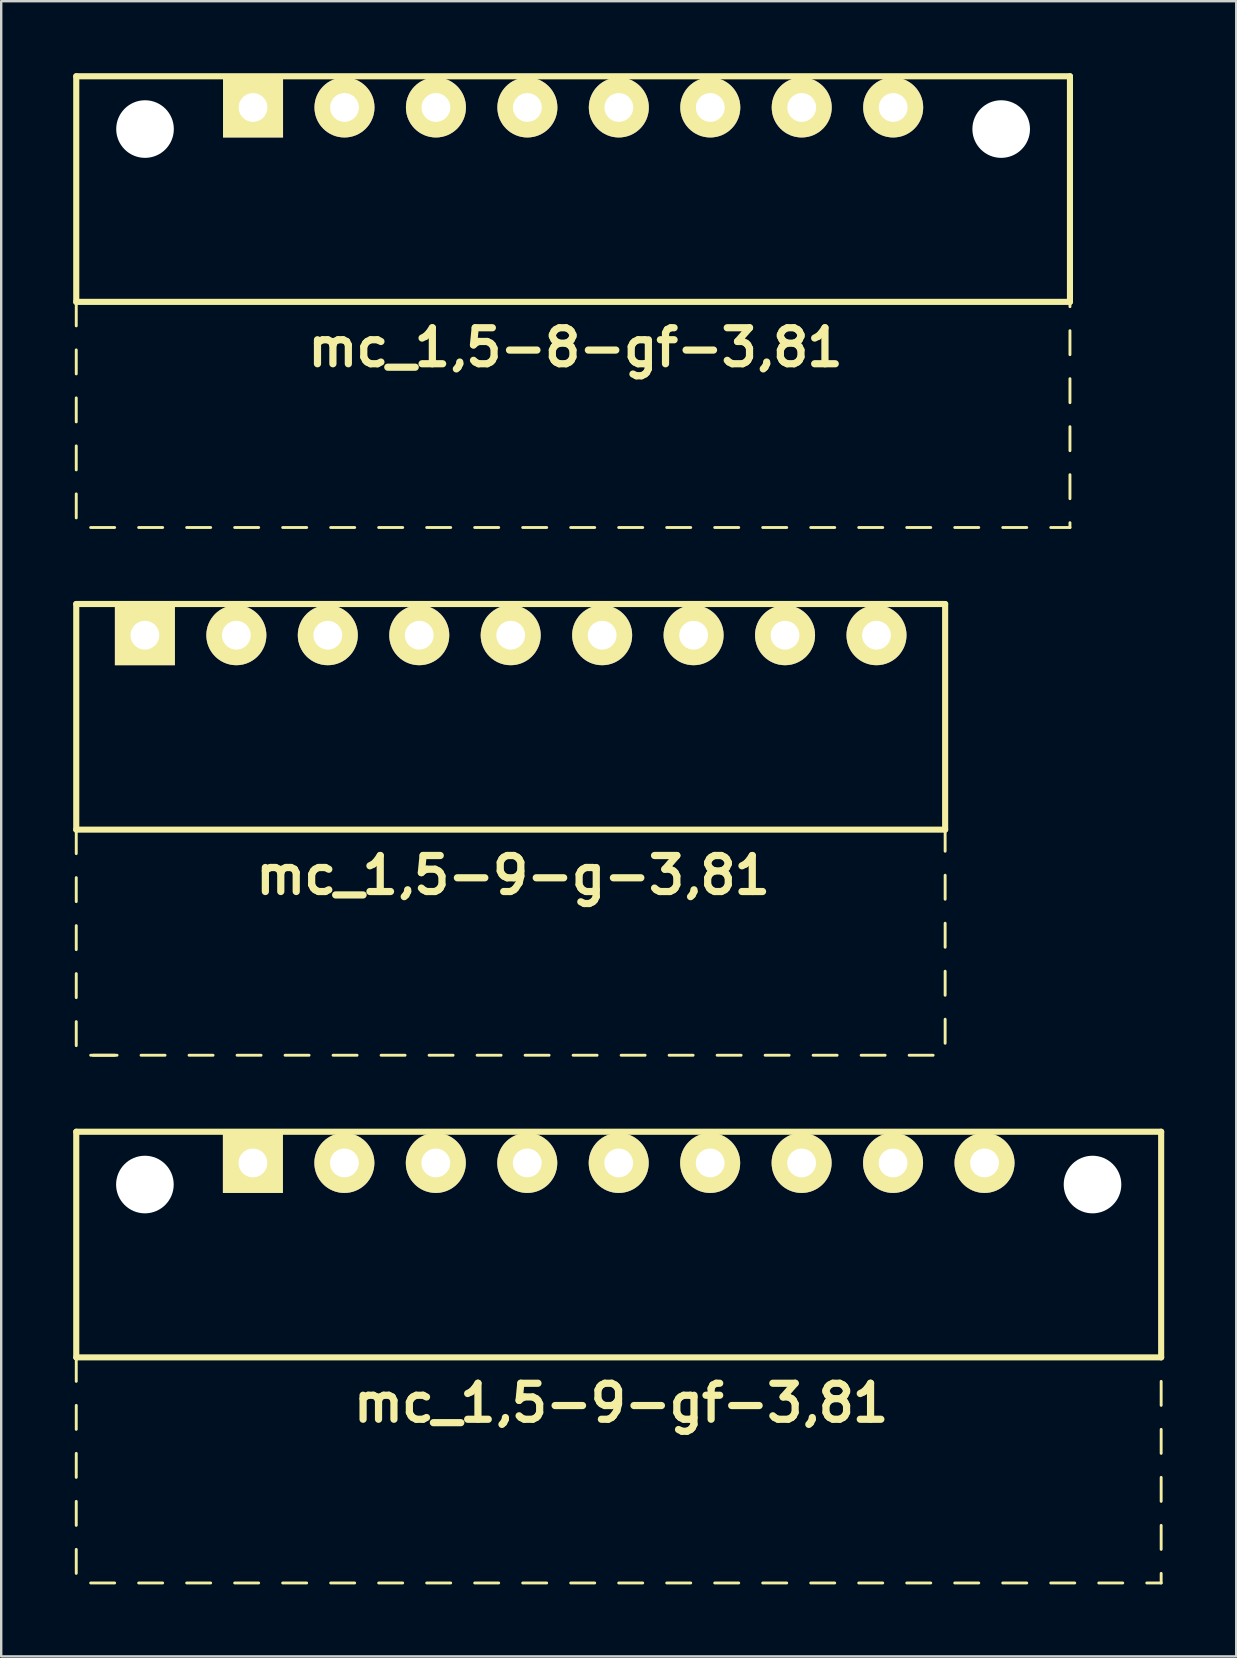
<source format=kicad_pcb>
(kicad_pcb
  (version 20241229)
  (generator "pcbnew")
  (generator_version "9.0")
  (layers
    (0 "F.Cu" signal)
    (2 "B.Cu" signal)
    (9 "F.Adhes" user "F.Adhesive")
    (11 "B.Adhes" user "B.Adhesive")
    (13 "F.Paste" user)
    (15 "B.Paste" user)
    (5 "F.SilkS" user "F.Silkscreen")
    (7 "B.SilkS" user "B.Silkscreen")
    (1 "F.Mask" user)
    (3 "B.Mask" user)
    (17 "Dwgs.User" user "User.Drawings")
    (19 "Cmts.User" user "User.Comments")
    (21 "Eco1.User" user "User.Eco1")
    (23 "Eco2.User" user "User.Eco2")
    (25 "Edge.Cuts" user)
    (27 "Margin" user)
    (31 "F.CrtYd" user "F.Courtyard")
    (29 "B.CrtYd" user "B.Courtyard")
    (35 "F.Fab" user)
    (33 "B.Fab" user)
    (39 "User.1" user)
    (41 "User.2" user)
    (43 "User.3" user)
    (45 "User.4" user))
  (footprint "mc_1,5-9-g-3,81"
    (layer "F.Cu")
    (at 18.227 23.414)
    (property "Reference" "mc_1,5-9-g-3,81" (at 0.1 10 0) (layer "F.SilkS") (effects (font (size 1.5 1.5) (thickness 0.3))))
    (attr through_hole)
    (fp_line (start -18.1 -1.3) (end -18.1 8.1) (stroke (width 0.254) (type solid)) (layer "F.SilkS"))
    (fp_line (start -18.1 -1.3) (end 18.1 -1.3) (stroke (width 0.254) (type solid)) (layer "F.SilkS"))
    (fp_line (start -18.1 8.1) (end -18.1 9.1) (stroke (width 0.12) (type solid)) (layer "F.SilkS"))
    (fp_line (start -18.1 8.1) (end 18.1 8.1) (stroke (width 0.254) (type solid)) (layer "F.SilkS"))
    (fp_line (start -18.1 10.1) (end -18.1 11.1) (stroke (width 0.12) (type solid)) (layer "F.SilkS"))
    (fp_line (start -18.1 12.1) (end -18.1 13.1) (stroke (width 0.12) (type solid)) (layer "F.SilkS"))
    (fp_line (start -18.1 14.1) (end -18.1 15.1) (stroke (width 0.12) (type solid)) (layer "F.SilkS"))
    (fp_line (start -18.1 16.1) (end -18.1 17.1) (stroke (width 0.12) (type solid)) (layer "F.SilkS"))
    (fp_line (start -17.5 17.5) (end -16.5 17.5) (stroke (width 0.12) (type solid)) (layer "F.SilkS"))
    (fp_line (start -17.4 17.5) (end -16.4 17.5) (stroke (width 0.12) (type solid)) (layer "F.SilkS"))
    (fp_line (start -15.4 17.5) (end -14.4 17.5) (stroke (width 0.12) (type solid)) (layer "F.SilkS"))
    (fp_line (start -13.4 17.5) (end -12.4 17.5) (stroke (width 0.12) (type solid)) (layer "F.SilkS"))
    (fp_line (start -11.4 17.5) (end -10.4 17.5) (stroke (width 0.12) (type solid)) (layer "F.SilkS"))
    (fp_line (start -9.4 17.5) (end -8.4 17.5) (stroke (width 0.12) (type solid)) (layer "F.SilkS"))
    (fp_line (start -7.4 17.5) (end -6.4 17.5) (stroke (width 0.12) (type solid)) (layer "F.SilkS"))
    (fp_line (start -5.4 17.5) (end -4.4 17.5) (stroke (width 0.12) (type solid)) (layer "F.SilkS"))
    (fp_line (start -3.4 17.5) (end -2.4 17.5) (stroke (width 0.12) (type solid)) (layer "F.SilkS"))
    (fp_line (start -1.4 17.5) (end -0.4 17.5) (stroke (width 0.12) (type solid)) (layer "F.SilkS"))
    (fp_line (start 0.6 17.5) (end 1.6 17.5) (stroke (width 0.12) (type solid)) (layer "F.SilkS"))
    (fp_line (start 2.6 17.5) (end 3.6 17.5) (stroke (width 0.12) (type solid)) (layer "F.SilkS"))
    (fp_line (start 4.6 17.5) (end 5.6 17.5) (stroke (width 0.12) (type solid)) (layer "F.SilkS"))
    (fp_line (start 6.6 17.5) (end 7.6 17.5) (stroke (width 0.12) (type solid)) (layer "F.SilkS"))
    (fp_line (start 8.6 17.5) (end 9.6 17.5) (stroke (width 0.12) (type solid)) (layer "F.SilkS"))
    (fp_line (start 10.6 17.5) (end 11.6 17.5) (stroke (width 0.12) (type solid)) (layer "F.SilkS"))
    (fp_line (start 12.6 17.5) (end 13.6 17.5) (stroke (width 0.12) (type solid)) (layer "F.SilkS"))
    (fp_line (start 14.6 17.5) (end 15.6 17.5) (stroke (width 0.12) (type solid)) (layer "F.SilkS"))
    (fp_line (start 16.6 17.5) (end 17.6 17.5) (stroke (width 0.12) (type solid)) (layer "F.SilkS"))
    (fp_line (start 18.1 -1.3) (end 18.1 8.1) (stroke (width 0.254) (type solid)) (layer "F.SilkS"))
    (fp_line (start 18.1 8.1) (end 18.1 9) (stroke (width 0.12) (type solid)) (layer "F.SilkS"))
    (fp_line (start 18.1 10) (end 18.1 11) (stroke (width 0.12) (type solid)) (layer "F.SilkS"))
    (fp_line (start 18.1 12) (end 18.1 13) (stroke (width 0.12) (type solid)) (layer "F.SilkS"))
    (fp_line (start 18.1 14) (end 18.1 15) (stroke (width 0.12) (type solid)) (layer "F.SilkS"))
    (fp_line (start 18.1 16) (end 18.1 17) (stroke (width 0.12) (type solid)) (layer "F.SilkS"))
    (pad "1" thru_hole rect (at -15.24 0) (size 2.5 2.5) (drill 1.2) (layers "*.Cu" "*.Mask" "F.SilkS"))
    (pad "2" thru_hole circle (at -11.43 0) (size 2.5 2.5) (drill 1.2) (layers "*.Cu" "*.Mask" "F.SilkS"))
    (pad "3" thru_hole circle (at -7.62 0) (size 2.5 2.5) (drill 1.2) (layers "*.Cu" "*.Mask" "F.SilkS"))
    (pad "4" thru_hole circle (at -3.81 0) (size 2.5 2.5) (drill 1.2) (layers "*.Cu" "*.Mask" "F.SilkS"))
    (pad "5" thru_hole circle (at 0 0) (size 2.5 2.5) (drill 1.2) (layers "*.Cu" "*.Mask" "F.SilkS"))
    (pad "6" thru_hole circle (at 3.81 0) (size 2.5 2.5) (drill 1.2) (layers "*.Cu" "*.Mask" "F.SilkS"))
    (pad "7" thru_hole circle (at 7.62 0) (size 2.5 2.5) (drill 1.2) (layers "*.Cu" "*.Mask" "F.SilkS"))
    (pad "8" thru_hole circle (at 11.43 0) (size 2.5 2.5) (drill 1.2) (layers "*.Cu" "*.Mask" "F.SilkS"))
    (pad "9" thru_hole circle (at 15.24 0) (size 2.5 2.5) (drill 1.2) (layers "*.Cu" "*.Mask" "F.SilkS")))
  (footprint "mc_1,5-8-gf-3,81"
    (layer "F.Cu")
    (at 20.827 1.427)
    (property "Reference" "mc_1,5-8-gf-3,81" (at 0.1 10 0) (layer "F.SilkS") (effects (font (size 1.5 1.5) (thickness 0.3))))
    (attr through_hole)
    (fp_line (start -20.7 -1.3) (end -20.7 8.1) (stroke (width 0.254) (type solid)) (layer "F.SilkS"))
    (fp_line (start -20.7 -1.3) (end 20.7 -1.3) (stroke (width 0.254) (type solid)) (layer "F.SilkS"))
    (fp_line (start -20.7 8.1) (end -20.7 9.1) (stroke (width 0.12) (type solid)) (layer "F.SilkS"))
    (fp_line (start -20.7 8.1) (end 20.7 8.1) (stroke (width 0.254) (type solid)) (layer "F.SilkS"))
    (fp_line (start -20.7 10.1) (end -20.7 11.1) (stroke (width 0.12) (type solid)) (layer "F.SilkS"))
    (fp_line (start -20.7 12.1) (end -20.7 13.1) (stroke (width 0.12) (type solid)) (layer "F.SilkS"))
    (fp_line (start -20.7 14.1) (end -20.7 15.1) (stroke (width 0.12) (type solid)) (layer "F.SilkS"))
    (fp_line (start -20.7 16.1) (end -20.7 17.1) (stroke (width 0.12) (type solid)) (layer "F.SilkS"))
    (fp_line (start -20.1 17.5) (end -19.1 17.5) (stroke (width 0.12) (type solid)) (layer "F.SilkS"))
    (fp_line (start -18.1 17.5) (end -17.1 17.5) (stroke (width 0.12) (type solid)) (layer "F.SilkS"))
    (fp_line (start -16.1 17.5) (end -15.1 17.5) (stroke (width 0.12) (type solid)) (layer "F.SilkS"))
    (fp_line (start -14.1 17.5) (end -13.1 17.5) (stroke (width 0.12) (type solid)) (layer "F.SilkS"))
    (fp_line (start -12.1 17.5) (end -11.1 17.5) (stroke (width 0.12) (type solid)) (layer "F.SilkS"))
    (fp_line (start -10.1 17.5) (end -9.1 17.5) (stroke (width 0.12) (type solid)) (layer "F.SilkS"))
    (fp_line (start -8.1 17.5) (end -7.1 17.5) (stroke (width 0.12) (type solid)) (layer "F.SilkS"))
    (fp_line (start -6.1 17.5) (end -5.1 17.5) (stroke (width 0.12) (type solid)) (layer "F.SilkS"))
    (fp_line (start -4.1 17.5) (end -3.1 17.5) (stroke (width 0.12) (type solid)) (layer "F.SilkS"))
    (fp_line (start -2.1 17.5) (end -1.1 17.5) (stroke (width 0.12) (type solid)) (layer "F.SilkS"))
    (fp_line (start -0.1 17.5) (end 0.9 17.5) (stroke (width 0.12) (type solid)) (layer "F.SilkS"))
    (fp_line (start 1.9 17.5) (end 2.9 17.5) (stroke (width 0.12) (type solid)) (layer "F.SilkS"))
    (fp_line (start 3.9 17.5) (end 4.9 17.5) (stroke (width 0.12) (type solid)) (layer "F.SilkS"))
    (fp_line (start 5.9 17.5) (end 6.9 17.5) (stroke (width 0.12) (type solid)) (layer "F.SilkS"))
    (fp_line (start 7.9 17.5) (end 8.9 17.5) (stroke (width 0.12) (type solid)) (layer "F.SilkS"))
    (fp_line (start 9.9 17.5) (end 10.9 17.5) (stroke (width 0.12) (type solid)) (layer "F.SilkS"))
    (fp_line (start 11.9 17.5) (end 12.9 17.5) (stroke (width 0.12) (type solid)) (layer "F.SilkS"))
    (fp_line (start 13.9 17.5) (end 14.9 17.5) (stroke (width 0.12) (type solid)) (layer "F.SilkS"))
    (fp_line (start 15.9 17.5) (end 16.9 17.5) (stroke (width 0.12) (type solid)) (layer "F.SilkS"))
    (fp_line (start 17.9 17.5) (end 18.9 17.5) (stroke (width 0.12) (type solid)) (layer "F.SilkS"))
    (fp_line (start 19.9 17.5) (end 20.7 17.5) (stroke (width 0.12) (type solid)) (layer "F.SilkS"))
    (fp_line (start 20.7 -1.3) (end 20.7 8.1) (stroke (width 0.254) (type solid)) (layer "F.SilkS"))
    (fp_line (start 20.7 8.1) (end 20.7 8.3) (stroke (width 0.12) (type solid)) (layer "F.SilkS"))
    (fp_line (start 20.7 9.3) (end 20.7 10.3) (stroke (width 0.12) (type solid)) (layer "F.SilkS"))
    (fp_line (start 20.7 11.3) (end 20.7 12.3) (stroke (width 0.12) (type solid)) (layer "F.SilkS"))
    (fp_line (start 20.7 13.3) (end 20.7 14.3) (stroke (width 0.12) (type solid)) (layer "F.SilkS"))
    (fp_line (start 20.7 15.3) (end 20.7 16.3) (stroke (width 0.12) (type solid)) (layer "F.SilkS"))
    (fp_line (start 20.7 17.3) (end 20.7 17.5) (stroke (width 0.12) (type solid)) (layer "F.SilkS"))
    (pad "" np_thru_hole circle (at -17.835 0.9) (size 2.4 2.4) (drill 2.4) (layers "*.Cu" "*.Mask"))
    (pad "" np_thru_hole circle (at 17.835 0.9) (size 2.4 2.4) (drill 2.4) (layers "*.Cu" "*.Mask"))
    (pad "1" thru_hole rect (at -13.335 0) (size 2.5 2.5) (drill 1.2) (layers "*.Cu" "*.Mask" "F.SilkS"))
    (pad "2" thru_hole circle (at -9.525 0) (size 2.5 2.5) (drill 1.2) (layers "*.Cu" "*.Mask" "F.SilkS"))
    (pad "3" thru_hole circle (at -5.715 0) (size 2.5 2.5) (drill 1.2) (layers "*.Cu" "*.Mask" "F.SilkS"))
    (pad "4" thru_hole circle (at -1.905 0) (size 2.5 2.5) (drill 1.2) (layers "*.Cu" "*.Mask" "F.SilkS"))
    (pad "5" thru_hole circle (at 1.905 0) (size 2.5 2.5) (drill 1.2) (layers "*.Cu" "*.Mask" "F.SilkS"))
    (pad "6" thru_hole circle (at 5.715 0) (size 2.5 2.5) (drill 1.2) (layers "*.Cu" "*.Mask" "F.SilkS"))
    (pad "7" thru_hole circle (at 9.525 0) (size 2.5 2.5) (drill 1.2) (layers "*.Cu" "*.Mask" "F.SilkS"))
    (pad "8" thru_hole circle (at 13.335 0) (size 2.5 2.5) (drill 1.2) (layers "*.Cu" "*.Mask" "F.SilkS")))
  (footprint "mc_1,5-9-gf-3,81"
    (layer "F.Cu")
    (at 22.727 45.401)
    (property "Reference" "mc_1,5-9-gf-3,81" (at 0.1 10 0) (layer "F.SilkS") (effects (font (size 1.5 1.5) (thickness 0.3))))
    (attr through_hole)
    (fp_line (start -22.6 -1.3) (end -22.6 8.1) (stroke (width 0.254) (type solid)) (layer "F.SilkS"))
    (fp_line (start -22.6 -1.3) (end 22.6 -1.3) (stroke (width 0.254) (type solid)) (layer "F.SilkS"))
    (fp_line (start -22.6 8.1) (end -22.6 9.1) (stroke (width 0.12) (type solid)) (layer "F.SilkS"))
    (fp_line (start -22.6 8.1) (end 22.6 8.1) (stroke (width 0.254) (type solid)) (layer "F.SilkS"))
    (fp_line (start -22.6 10.1) (end -22.6 11.1) (stroke (width 0.12) (type solid)) (layer "F.SilkS"))
    (fp_line (start -22.6 12.1) (end -22.6 13.1) (stroke (width 0.12) (type solid)) (layer "F.SilkS"))
    (fp_line (start -22.6 14.1) (end -22.6 15.1) (stroke (width 0.12) (type solid)) (layer "F.SilkS"))
    (fp_line (start -22.6 16.1) (end -22.6 17.1) (stroke (width 0.12) (type solid)) (layer "F.SilkS"))
    (fp_line (start -22 17.5) (end -21 17.5) (stroke (width 0.12) (type solid)) (layer "F.SilkS"))
    (fp_line (start -20 17.5) (end -19 17.5) (stroke (width 0.12) (type solid)) (layer "F.SilkS"))
    (fp_line (start -18 17.5) (end -17 17.5) (stroke (width 0.12) (type solid)) (layer "F.SilkS"))
    (fp_line (start -16 17.5) (end -15 17.5) (stroke (width 0.12) (type solid)) (layer "F.SilkS"))
    (fp_line (start -14 17.5) (end -13 17.5) (stroke (width 0.12) (type solid)) (layer "F.SilkS"))
    (fp_line (start -12 17.5) (end -11 17.5) (stroke (width 0.12) (type solid)) (layer "F.SilkS"))
    (fp_line (start -10 17.5) (end -9 17.5) (stroke (width 0.12) (type solid)) (layer "F.SilkS"))
    (fp_line (start -8 17.5) (end -7 17.5) (stroke (width 0.12) (type solid)) (layer "F.SilkS"))
    (fp_line (start -6 17.5) (end -5 17.5) (stroke (width 0.12) (type solid)) (layer "F.SilkS"))
    (fp_line (start -4 17.5) (end -3 17.5) (stroke (width 0.12) (type solid)) (layer "F.SilkS"))
    (fp_line (start -2 17.5) (end -1 17.5) (stroke (width 0.12) (type solid)) (layer "F.SilkS"))
    (fp_line (start 0 17.5) (end 1 17.5) (stroke (width 0.12) (type solid)) (layer "F.SilkS"))
    (fp_line (start 2 17.5) (end 3 17.5) (stroke (width 0.12) (type solid)) (layer "F.SilkS"))
    (fp_line (start 4 17.5) (end 5 17.5) (stroke (width 0.12) (type solid)) (layer "F.SilkS"))
    (fp_line (start 6 17.5) (end 7 17.5) (stroke (width 0.12) (type solid)) (layer "F.SilkS"))
    (fp_line (start 8 17.5) (end 9 17.5) (stroke (width 0.12) (type solid)) (layer "F.SilkS"))
    (fp_line (start 10 17.5) (end 11 17.5) (stroke (width 0.12) (type solid)) (layer "F.SilkS"))
    (fp_line (start 12 17.5) (end 13 17.5) (stroke (width 0.12) (type solid)) (layer "F.SilkS"))
    (fp_line (start 14 17.5) (end 15 17.5) (stroke (width 0.12) (type solid)) (layer "F.SilkS"))
    (fp_line (start 16 17.5) (end 17 17.5) (stroke (width 0.12) (type solid)) (layer "F.SilkS"))
    (fp_line (start 18 17.5) (end 19 17.5) (stroke (width 0.12) (type solid)) (layer "F.SilkS"))
    (fp_line (start 20 17.5) (end 21 17.5) (stroke (width 0.12) (type solid)) (layer "F.SilkS"))
    (fp_line (start 22 17.5) (end 22.6 17.5) (stroke (width 0.12) (type solid)) (layer "F.SilkS"))
    (fp_line (start 22.6 -1.3) (end 22.6 8.1) (stroke (width 0.254) (type solid)) (layer "F.SilkS"))
    (fp_line (start 22.6 9.1) (end 22.6 10.1) (stroke (width 0.12) (type solid)) (layer "F.SilkS"))
    (fp_line (start 22.6 11.1) (end 22.6 12.1) (stroke (width 0.12) (type solid)) (layer "F.SilkS"))
    (fp_line (start 22.6 13.1) (end 22.6 14.1) (stroke (width 0.12) (type solid)) (layer "F.SilkS"))
    (fp_line (start 22.6 15.1) (end 22.6 16.1) (stroke (width 0.12) (type solid)) (layer "F.SilkS"))
    (fp_line (start 22.6 17.1) (end 22.6 17.5) (stroke (width 0.12) (type solid)) (layer "F.SilkS"))
    (pad "" np_thru_hole circle (at -19.74 0.9) (size 2.4 2.4) (drill 2.4) (layers "*.Cu" "*.Mask"))
    (pad "" np_thru_hole circle (at 19.74 0.9) (size 2.4 2.4) (drill 2.4) (layers "*.Cu" "*.Mask"))
    (pad "1" thru_hole rect (at -15.24 0) (size 2.5 2.5) (drill 1.2) (layers "*.Cu" "*.Mask" "F.SilkS"))
    (pad "2" thru_hole circle (at -11.43 0) (size 2.5 2.5) (drill 1.2) (layers "*.Cu" "*.Mask" "F.SilkS"))
    (pad "3" thru_hole circle (at -7.62 0) (size 2.5 2.5) (drill 1.2) (layers "*.Cu" "*.Mask" "F.SilkS"))
    (pad "4" thru_hole circle (at -3.81 0) (size 2.5 2.5) (drill 1.2) (layers "*.Cu" "*.Mask" "F.SilkS"))
    (pad "5" thru_hole circle (at 0 0) (size 2.5 2.5) (drill 1.2) (layers "*.Cu" "*.Mask" "F.SilkS"))
    (pad "6" thru_hole circle (at 3.81 0) (size 2.5 2.5) (drill 1.2) (layers "*.Cu" "*.Mask" "F.SilkS"))
    (pad "7" thru_hole circle (at 7.62 0) (size 2.5 2.5) (drill 1.2) (layers "*.Cu" "*.Mask" "F.SilkS"))
    (pad "8" thru_hole circle (at 11.43 0) (size 2.5 2.5) (drill 1.2) (layers "*.Cu" "*.Mask" "F.SilkS"))
    (pad "9" thru_hole circle (at 15.24 0) (size 2.5 2.5) (drill 1.2) (layers "*.Cu" "*.Mask" "F.SilkS")))
  (gr_rect
    (start -3 -3)
    (end 48.454 65.961)
    (stroke (width 0.1) (type default))
    (fill no)
    (layer "Edge.Cuts")))
</source>
